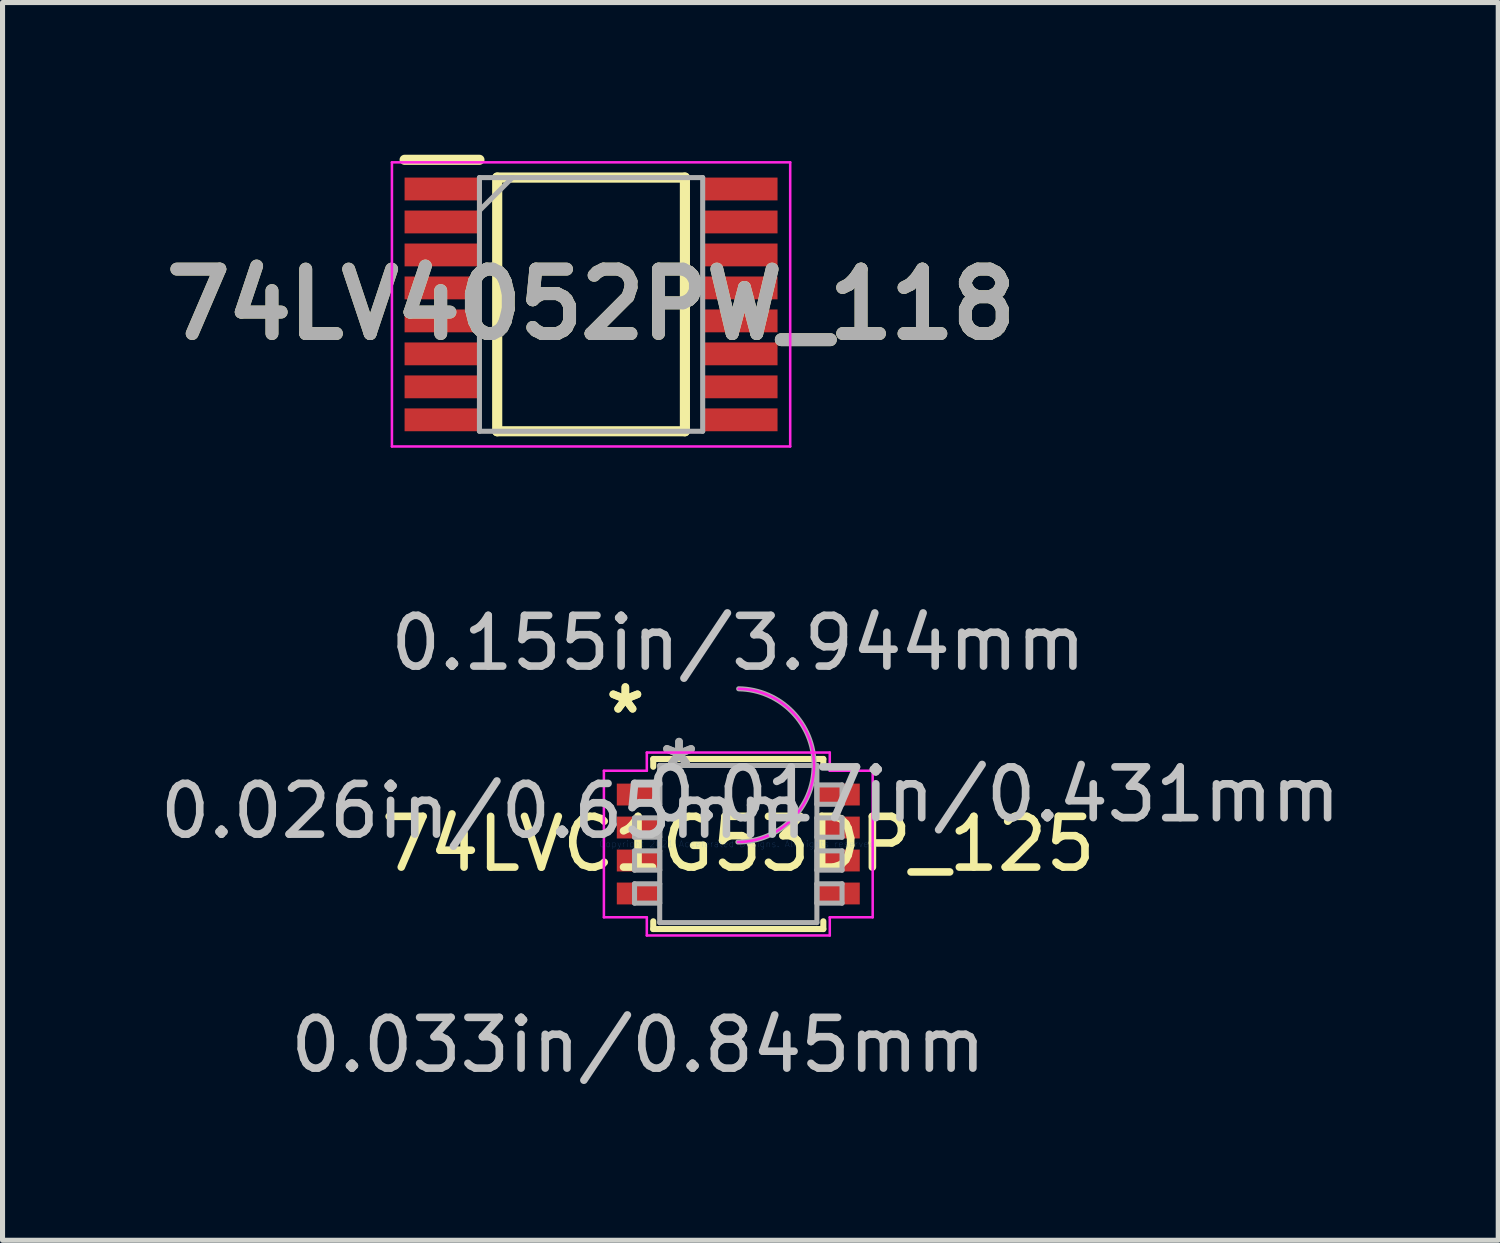
<source format=kicad_pcb>
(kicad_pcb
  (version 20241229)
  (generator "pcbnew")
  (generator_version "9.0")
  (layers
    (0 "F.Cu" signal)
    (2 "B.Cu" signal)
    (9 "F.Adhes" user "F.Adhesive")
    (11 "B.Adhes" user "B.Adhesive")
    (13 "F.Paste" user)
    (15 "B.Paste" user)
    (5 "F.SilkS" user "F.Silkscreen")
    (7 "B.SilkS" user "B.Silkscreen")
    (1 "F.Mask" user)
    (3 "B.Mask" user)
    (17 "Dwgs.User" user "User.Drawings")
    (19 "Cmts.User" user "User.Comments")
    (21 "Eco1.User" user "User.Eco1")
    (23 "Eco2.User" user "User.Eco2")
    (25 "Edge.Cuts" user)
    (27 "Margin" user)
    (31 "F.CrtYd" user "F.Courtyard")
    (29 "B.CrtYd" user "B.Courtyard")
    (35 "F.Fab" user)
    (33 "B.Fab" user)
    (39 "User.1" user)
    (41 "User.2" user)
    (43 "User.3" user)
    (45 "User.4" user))
  (footprint "74LV4052PW_118"
    (layer "F.Cu")
    (at 8.6 2.95)
    (property "Reference" "74LV4052PW_118" (at 0 0 0) (layer "F.SilkS") (effects (font (size 1.27 1.27) (thickness 0.254))))
    (attr smd)
    (fp_line (start -3.675 -2.85) (end -2.2 -2.85) (stroke (width 0.2) (type solid)) (layer "F.SilkS"))
    (fp_line (start -1.85 -2.5) (end 1.85 -2.5) (stroke (width 0.2) (type solid)) (layer "F.SilkS"))
    (fp_line (start -1.85 2.5) (end -1.85 -2.5) (stroke (width 0.2) (type solid)) (layer "F.SilkS"))
    (fp_line (start 1.85 -2.5) (end 1.85 2.5) (stroke (width 0.2) (type solid)) (layer "F.SilkS"))
    (fp_line (start 1.85 2.5) (end -1.85 2.5) (stroke (width 0.2) (type solid)) (layer "F.SilkS"))
    (fp_line (start -3.925 -2.8) (end 3.925 -2.8) (stroke (width 0.05) (type solid)) (layer "F.CrtYd"))
    (fp_line (start -3.925 2.8) (end -3.925 -2.8) (stroke (width 0.05) (type solid)) (layer "F.CrtYd"))
    (fp_line (start 3.925 -2.8) (end 3.925 2.8) (stroke (width 0.05) (type solid)) (layer "F.CrtYd"))
    (fp_line (start 3.925 2.8) (end -3.925 2.8) (stroke (width 0.05) (type solid)) (layer "F.CrtYd"))
    (fp_line (start -2.2 -2.5) (end 2.2 -2.5) (stroke (width 0.1) (type solid)) (layer "F.Fab"))
    (fp_line (start -2.2 -1.85) (end -1.55 -2.5) (stroke (width 0.1) (type solid)) (layer "F.Fab"))
    (fp_line (start -2.2 2.5) (end -2.2 -2.5) (stroke (width 0.1) (type solid)) (layer "F.Fab"))
    (fp_line (start 2.2 -2.5) (end 2.2 2.5) (stroke (width 0.1) (type solid)) (layer "F.Fab"))
    (fp_line (start 2.2 2.5) (end -2.2 2.5) (stroke (width 0.1) (type solid)) (layer "F.Fab"))
    (fp_text user "${REFERENCE}" (at 0 0 0) (layer "F.Fab") (effects (font (size 1.27 1.27) (thickness 0.254))))
    (pad "1" smd rect (at -2.938 -2.275 90) (size 0.45 1.475) (layers "F.Cu" "F.Mask" "F.Paste"))
    (pad "2" smd rect (at -2.938 -1.625 90) (size 0.45 1.475) (layers "F.Cu" "F.Mask" "F.Paste"))
    (pad "3" smd rect (at -2.938 -0.975 90) (size 0.45 1.475) (layers "F.Cu" "F.Mask" "F.Paste"))
    (pad "4" smd rect (at -2.938 -0.325 90) (size 0.45 1.475) (layers "F.Cu" "F.Mask" "F.Paste"))
    (pad "5" smd rect (at -2.938 0.325 90) (size 0.45 1.475) (layers "F.Cu" "F.Mask" "F.Paste"))
    (pad "6" smd rect (at -2.938 0.975 90) (size 0.45 1.475) (layers "F.Cu" "F.Mask" "F.Paste"))
    (pad "7" smd rect (at -2.938 1.625 90) (size 0.45 1.475) (layers "F.Cu" "F.Mask" "F.Paste"))
    (pad "8" smd rect (at -2.938 2.275 90) (size 0.45 1.475) (layers "F.Cu" "F.Mask" "F.Paste"))
    (pad "9" smd rect (at 2.938 2.275 90) (size 0.45 1.475) (layers "F.Cu" "F.Mask" "F.Paste"))
    (pad "10" smd rect (at 2.938 1.625 90) (size 0.45 1.475) (layers "F.Cu" "F.Mask" "F.Paste"))
    (pad "11" smd rect (at 2.938 0.975 90) (size 0.45 1.475) (layers "F.Cu" "F.Mask" "F.Paste"))
    (pad "12" smd rect (at 2.938 0.325 90) (size 0.45 1.475) (layers "F.Cu" "F.Mask" "F.Paste"))
    (pad "13" smd rect (at 2.938 -0.325 90) (size 0.45 1.475) (layers "F.Cu" "F.Mask" "F.Paste"))
    (pad "14" smd rect (at 2.938 -0.975 90) (size 0.45 1.475) (layers "F.Cu" "F.Mask" "F.Paste"))
    (pad "15" smd rect (at 2.938 -1.625 90) (size 0.45 1.475) (layers "F.Cu" "F.Mask" "F.Paste"))
    (pad "16" smd rect (at 2.938 -2.275 90) (size 0.45 1.475) (layers "F.Cu" "F.Mask" "F.Paste")))
  (footprint "74LVC1G53DP_125"
    (layer "F.Cu")
    (at 11.502 13.586)
    (property "Reference" "74LVC1G53DP_125" (at 0 0 0) (layer "F.SilkS") (effects (font (size 1 1) (thickness 0.15))))
    (attr through_hole)
    (fp_line (start -1.676 -1.676) (end -1.676 -1.523) (stroke (width 0.12) (type solid)) (layer "F.SilkS"))
    (fp_line (start -1.676 1.523) (end -1.676 1.676) (stroke (width 0.12) (type solid)) (layer "F.SilkS"))
    (fp_line (start -1.676 1.676) (end 1.676 1.676) (stroke (width 0.12) (type solid)) (layer "F.SilkS"))
    (fp_line (start 1.676 -1.676) (end -1.676 -1.676) (stroke (width 0.12) (type solid)) (layer "F.SilkS"))
    (fp_line (start 1.676 -1.523) (end 1.676 -1.676) (stroke (width 0.12) (type solid)) (layer "F.SilkS"))
    (fp_line (start 1.676 1.676) (end 1.676 1.523) (stroke (width 0.12) (type solid)) (layer "F.SilkS"))
    (fp_line (start -2.649 -1.444) (end -1.803 -1.444) (stroke (width 0.05) (type solid)) (layer "F.CrtYd"))
    (fp_line (start -2.649 1.444) (end -2.649 -1.444) (stroke (width 0.05) (type solid)) (layer "F.CrtYd"))
    (fp_line (start -1.803 -1.803) (end 1.803 -1.803) (stroke (width 0.05) (type solid)) (layer "F.CrtYd"))
    (fp_line (start -1.803 -1.444) (end -1.803 -1.803) (stroke (width 0.05) (type solid)) (layer "F.CrtYd"))
    (fp_line (start -1.803 1.444) (end -2.649 1.444) (stroke (width 0.05) (type solid)) (layer "F.CrtYd"))
    (fp_line (start -1.803 1.803) (end -1.803 1.444) (stroke (width 0.05) (type solid)) (layer "F.CrtYd"))
    (fp_line (start 1.803 -1.803) (end 1.803 -1.444) (stroke (width 0.05) (type solid)) (layer "F.CrtYd"))
    (fp_line (start 1.803 -1.444) (end 2.649 -1.444) (stroke (width 0.05) (type solid)) (layer "F.CrtYd"))
    (fp_line (start 1.803 1.444) (end 1.803 1.803) (stroke (width 0.05) (type solid)) (layer "F.CrtYd"))
    (fp_line (start 1.803 1.803) (end -1.803 1.803) (stroke (width 0.05) (type solid)) (layer "F.CrtYd"))
    (fp_line (start 2.649 -1.444) (end 2.649 1.444) (stroke (width 0.05) (type solid)) (layer "F.CrtYd"))
    (fp_line (start 2.649 1.444) (end 1.803 1.444) (stroke (width 0.05) (type solid)) (layer "F.CrtYd"))
    (fp_arc (start 0.006559 -3.059445) (mid 1.510045 -1.542841) (end -0.006559 -0.039355) (stroke (width 0.05) (type solid)) (layer "F.CrtYd"))
    (fp_line (start -2.045 -1.165) (end -2.045 -0.784) (stroke (width 0.1) (type solid)) (layer "F.Fab"))
    (fp_line (start -2.045 -0.784) (end -1.549 -0.784) (stroke (width 0.1) (type solid)) (layer "F.Fab"))
    (fp_line (start -2.045 -0.515) (end -2.045 -0.135) (stroke (width 0.1) (type solid)) (layer "F.Fab"))
    (fp_line (start -2.045 -0.135) (end -1.549 -0.135) (stroke (width 0.1) (type solid)) (layer "F.Fab"))
    (fp_line (start -2.045 0.135) (end -2.045 0.515) (stroke (width 0.1) (type solid)) (layer "F.Fab"))
    (fp_line (start -2.045 0.515) (end -1.549 0.515) (stroke (width 0.1) (type solid)) (layer "F.Fab"))
    (fp_line (start -2.045 0.784) (end -2.045 1.165) (stroke (width 0.1) (type solid)) (layer "F.Fab"))
    (fp_line (start -2.045 1.165) (end -1.549 1.165) (stroke (width 0.1) (type solid)) (layer "F.Fab"))
    (fp_line (start -1.549 -1.549) (end -1.549 1.549) (stroke (width 0.1) (type solid)) (layer "F.Fab"))
    (fp_line (start -1.549 -1.165) (end -2.045 -1.165) (stroke (width 0.1) (type solid)) (layer "F.Fab"))
    (fp_line (start -1.549 -0.784) (end -1.549 -1.165) (stroke (width 0.1) (type solid)) (layer "F.Fab"))
    (fp_line (start -1.549 -0.515) (end -2.045 -0.515) (stroke (width 0.1) (type solid)) (layer "F.Fab"))
    (fp_line (start -1.549 -0.135) (end -1.549 -0.515) (stroke (width 0.1) (type solid)) (layer "F.Fab"))
    (fp_line (start -1.549 0.135) (end -2.045 0.135) (stroke (width 0.1) (type solid)) (layer "F.Fab"))
    (fp_line (start -1.549 0.515) (end -1.549 0.135) (stroke (width 0.1) (type solid)) (layer "F.Fab"))
    (fp_line (start -1.549 0.784) (end -2.045 0.784) (stroke (width 0.1) (type solid)) (layer "F.Fab"))
    (fp_line (start -1.549 1.165) (end -1.549 0.784) (stroke (width 0.1) (type solid)) (layer "F.Fab"))
    (fp_line (start -1.549 1.549) (end 1.549 1.549) (stroke (width 0.1) (type solid)) (layer "F.Fab"))
    (fp_line (start 1.549 -1.549) (end -1.549 -1.549) (stroke (width 0.1) (type solid)) (layer "F.Fab"))
    (fp_line (start 1.549 -1.165) (end 1.549 -0.784) (stroke (width 0.1) (type solid)) (layer "F.Fab"))
    (fp_line (start 1.549 -0.784) (end 2.045 -0.784) (stroke (width 0.1) (type solid)) (layer "F.Fab"))
    (fp_line (start 1.549 -0.515) (end 1.549 -0.135) (stroke (width 0.1) (type solid)) (layer "F.Fab"))
    (fp_line (start 1.549 -0.135) (end 2.045 -0.135) (stroke (width 0.1) (type solid)) (layer "F.Fab"))
    (fp_line (start 1.549 0.135) (end 1.549 0.515) (stroke (width 0.1) (type solid)) (layer "F.Fab"))
    (fp_line (start 1.549 0.515) (end 2.045 0.515) (stroke (width 0.1) (type solid)) (layer "F.Fab"))
    (fp_line (start 1.549 0.784) (end 1.549 1.165) (stroke (width 0.1) (type solid)) (layer "F.Fab"))
    (fp_line (start 1.549 1.165) (end 2.045 1.165) (stroke (width 0.1) (type solid)) (layer "F.Fab"))
    (fp_line (start 1.549 1.549) (end 1.549 -1.549) (stroke (width 0.1) (type solid)) (layer "F.Fab"))
    (fp_line (start 2.045 -1.165) (end 1.549 -1.165) (stroke (width 0.1) (type solid)) (layer "F.Fab"))
    (fp_line (start 2.045 -0.784) (end 2.045 -1.165) (stroke (width 0.1) (type solid)) (layer "F.Fab"))
    (fp_line (start 2.045 -0.515) (end 1.549 -0.515) (stroke (width 0.1) (type solid)) (layer "F.Fab"))
    (fp_line (start 2.045 -0.135) (end 2.045 -0.515) (stroke (width 0.1) (type solid)) (layer "F.Fab"))
    (fp_line (start 2.045 0.135) (end 1.549 0.135) (stroke (width 0.1) (type solid)) (layer "F.Fab"))
    (fp_line (start 2.045 0.515) (end 2.045 0.135) (stroke (width 0.1) (type solid)) (layer "F.Fab"))
    (fp_line (start 2.045 0.784) (end 1.549 0.784) (stroke (width 0.1) (type solid)) (layer "F.Fab"))
    (fp_line (start 2.045 1.165) (end 2.045 0.784) (stroke (width 0.1) (type solid)) (layer "F.Fab"))
    (fp_arc (start 0.007742 -3.059445) (mid 1.510045 -1.541658) (end -0.007742 -0.039355) (stroke (width 0.1) (type solid)) (layer "F.Fab"))
    (fp_text user "*" (at -2.226 -2.549 0) (layer "F.SilkS") (effects (font (size 1 1) (thickness 0.15))))
    (fp_text user "*" (at -2.226 -2.549 0) (layer "F.SilkS") (effects (font (size 1 1) (thickness 0.15))))
    (fp_text user "0.026in/0.65mm" (at -5.02 -0.65 0) (layer "Dwgs.User") (effects (font (size 1 1) (thickness 0.15))))
    (fp_text user "0.017in/0.431mm" (at 5.02 -0.975 0) (layer "Dwgs.User") (effects (font (size 1 1) (thickness 0.15))))
    (fp_text user "0.033in/0.845mm" (at -1.972 3.962 0) (layer "Dwgs.User") (effects (font (size 1 1) (thickness 0.15))))
    (fp_text user "0.155in/3.944mm" (at 0 -3.962 0) (layer "Dwgs.User") (effects (font (size 1 1) (thickness 0.15))))
    (fp_text user "Copyright 2021 Accelerated Designs. All rights reserved." (at 0 0 0) (layer "Cmts.User") (effects (font (size 0.127 0.127) (thickness 0.002))))
    (fp_text user "*" (at -1.168 -1.473 0) (layer "F.Fab") (effects (font (size 1 1) (thickness 0.15))))
    (fp_text user "*" (at -1.168 -1.473 0) (layer "F.Fab") (effects (font (size 1 1) (thickness 0.15))))
    (pad "1" smd rect (at -1.972 -0.975) (size 0.845 0.431) (layers "F.Cu" "F.Mask" "F.Paste"))
    (pad "2" smd rect (at -1.972 -0.325) (size 0.845 0.431) (layers "F.Cu" "F.Mask" "F.Paste"))
    (pad "3" smd rect (at -1.972 0.325) (size 0.845 0.431) (layers "F.Cu" "F.Mask" "F.Paste"))
    (pad "4" smd rect (at -1.972 0.975) (size 0.845 0.431) (layers "F.Cu" "F.Mask" "F.Paste"))
    (pad "5" smd rect (at 1.972 0.975) (size 0.845 0.431) (layers "F.Cu" "F.Mask" "F.Paste"))
    (pad "6" smd rect (at 1.972 0.325) (size 0.845 0.431) (layers "F.Cu" "F.Mask" "F.Paste"))
    (pad "7" smd rect (at 1.972 -0.325) (size 0.845 0.431) (layers "F.Cu" "F.Mask" "F.Paste"))
    (pad "8" smd rect (at 1.972 -0.975) (size 0.845 0.431) (layers "F.Cu" "F.Mask" "F.Paste")))
  (gr_rect
    (start -3 -3)
    (end 26.481 21.396)
    (stroke (width 0.1) (type default))
    (fill no)
    (layer "Edge.Cuts")))
</source>
